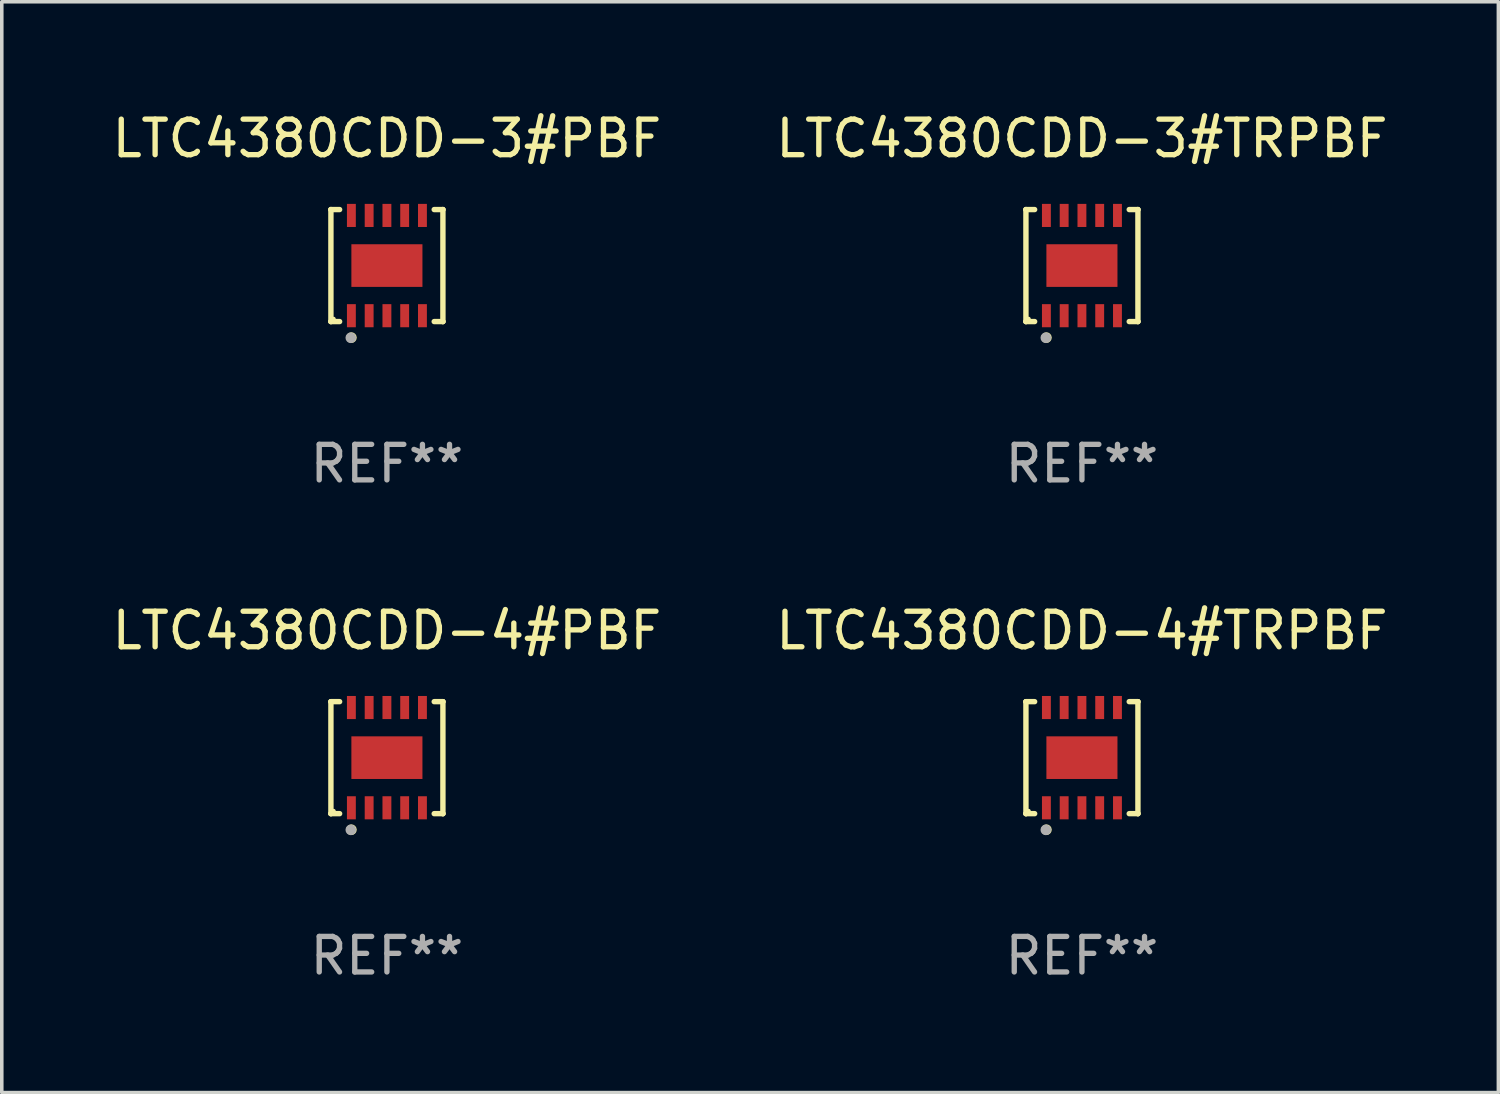
<source format=kicad_pcb>
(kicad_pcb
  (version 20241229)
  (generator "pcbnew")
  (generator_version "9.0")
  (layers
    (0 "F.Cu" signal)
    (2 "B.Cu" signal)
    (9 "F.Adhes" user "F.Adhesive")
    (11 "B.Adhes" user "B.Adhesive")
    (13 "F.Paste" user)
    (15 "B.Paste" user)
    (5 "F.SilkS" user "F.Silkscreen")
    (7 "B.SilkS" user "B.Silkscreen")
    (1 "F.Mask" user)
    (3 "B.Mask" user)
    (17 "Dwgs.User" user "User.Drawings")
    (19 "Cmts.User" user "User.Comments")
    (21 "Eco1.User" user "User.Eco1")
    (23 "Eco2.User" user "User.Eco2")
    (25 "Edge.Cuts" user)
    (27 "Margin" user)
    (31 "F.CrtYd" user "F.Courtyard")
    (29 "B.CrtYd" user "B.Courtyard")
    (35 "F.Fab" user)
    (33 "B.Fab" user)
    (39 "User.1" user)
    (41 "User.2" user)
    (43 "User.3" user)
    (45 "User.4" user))
  (footprint "LTC4380CDD-3#PBF"
    (layer "F.Cu")
    (at 7.839 4.424)
    (property "Reference" "LTC4380CDD-3#PBF" (at 0 -3.576 0) (layer "F.SilkS") (effects (font (size 1 1) (thickness 0.15))))
    (attr through_hole)
    (fp_line (start -1.576 -1.576) (end -1.576 -1.576) (stroke (width 0.152) (type solid)) (layer "F.SilkS"))
    (fp_line (start -1.576 -1.576) (end -1.331 -1.576) (stroke (width 0.152) (type solid)) (layer "F.SilkS"))
    (fp_line (start -1.576 1.576) (end -1.576 -1.576) (stroke (width 0.152) (type solid)) (layer "F.SilkS"))
    (fp_line (start -1.576 1.576) (end -1.576 1.576) (stroke (width 0.152) (type solid)) (layer "F.SilkS"))
    (fp_line (start -1.331 1.576) (end -1.576 1.576) (stroke (width 0.152) (type solid)) (layer "F.SilkS"))
    (fp_line (start 1.331 1.576) (end 1.576 1.576) (stroke (width 0.152) (type solid)) (layer "F.SilkS"))
    (fp_line (start 1.576 -1.576) (end 1.331 -1.576) (stroke (width 0.152) (type solid)) (layer "F.SilkS"))
    (fp_line (start 1.576 -1.576) (end 1.576 -1.576) (stroke (width 0.152) (type solid)) (layer "F.SilkS"))
    (fp_line (start 1.576 1.576) (end 1.576 -1.576) (stroke (width 0.152) (type solid)) (layer "F.SilkS"))
    (fp_line (start 1.576 1.576) (end 1.576 1.576) (stroke (width 0.152) (type solid)) (layer "F.SilkS"))
    (fp_circle (center -1.5 1.5) (end -1.47 1.5) (stroke (width 0.06) (type solid)) (fill no) (layer "F.SilkS"))
    (fp_circle (center -1 2.028) (end -0.925 2.028) (stroke (width 0.15) (type solid)) (fill no) (layer "F.SilkS"))
    (fp_circle (center -1.016 2.032) (end -0.941 2.032) (stroke (width 0.15) (type solid)) (fill no) (layer "F.Fab"))
    (fp_text user "REF**" (at 0 5.576 0) (layer "F.Fab") (effects (font (size 1 1) (thickness 0.15))))
    (pad "1" smd rect (at -1 1.411) (size 0.25 0.65) (layers "F.Cu" "F.Mask" "F.Paste"))
    (pad "2" smd rect (at -0.5 1.411) (size 0.25 0.65) (layers "F.Cu" "F.Mask" "F.Paste"))
    (pad "3" smd rect (at 0 1.411) (size 0.25 0.65) (layers "F.Cu" "F.Mask" "F.Paste"))
    (pad "4" smd rect (at 0.5 1.411) (size 0.25 0.65) (layers "F.Cu" "F.Mask" "F.Paste"))
    (pad "5" smd rect (at 1 1.411) (size 0.25 0.65) (layers "F.Cu" "F.Mask" "F.Paste"))
    (pad "6" smd rect (at 1 -1.411) (size 0.25 0.65) (layers "F.Cu" "F.Mask" "F.Paste"))
    (pad "7" smd rect (at 0.5 -1.411) (size 0.25 0.65) (layers "F.Cu" "F.Mask" "F.Paste"))
    (pad "8" smd rect (at 0 -1.411) (size 0.25 0.65) (layers "F.Cu" "F.Mask" "F.Paste"))
    (pad "9" smd rect (at -0.5 -1.411) (size 0.25 0.65) (layers "F.Cu" "F.Mask" "F.Paste"))
    (pad "10" smd rect (at -1 -1.411) (size 0.25 0.65) (layers "F.Cu" "F.Mask" "F.Paste"))
    (pad "11" smd rect (at 0 0) (size 2 1.2) (layers "F.Cu" "F.Mask" "F.Paste")))
  (footprint "LTC4380CDD-4#TRPBF"
    (layer "F.Cu")
    (at 27.399 18.273)
    (property "Reference" "LTC4380CDD-4#TRPBF" (at 0 -3.576 0) (layer "F.SilkS") (effects (font (size 1 1) (thickness 0.15))))
    (attr through_hole)
    (fp_line (start -1.576 -1.576) (end -1.576 -1.576) (stroke (width 0.152) (type solid)) (layer "F.SilkS"))
    (fp_line (start -1.576 -1.576) (end -1.331 -1.576) (stroke (width 0.152) (type solid)) (layer "F.SilkS"))
    (fp_line (start -1.576 1.576) (end -1.576 -1.576) (stroke (width 0.152) (type solid)) (layer "F.SilkS"))
    (fp_line (start -1.576 1.576) (end -1.576 1.576) (stroke (width 0.152) (type solid)) (layer "F.SilkS"))
    (fp_line (start -1.331 1.576) (end -1.576 1.576) (stroke (width 0.152) (type solid)) (layer "F.SilkS"))
    (fp_line (start 1.331 1.576) (end 1.576 1.576) (stroke (width 0.152) (type solid)) (layer "F.SilkS"))
    (fp_line (start 1.576 -1.576) (end 1.331 -1.576) (stroke (width 0.152) (type solid)) (layer "F.SilkS"))
    (fp_line (start 1.576 -1.576) (end 1.576 -1.576) (stroke (width 0.152) (type solid)) (layer "F.SilkS"))
    (fp_line (start 1.576 1.576) (end 1.576 -1.576) (stroke (width 0.152) (type solid)) (layer "F.SilkS"))
    (fp_line (start 1.576 1.576) (end 1.576 1.576) (stroke (width 0.152) (type solid)) (layer "F.SilkS"))
    (fp_circle (center -1.5 1.5) (end -1.47 1.5) (stroke (width 0.06) (type solid)) (fill no) (layer "F.SilkS"))
    (fp_circle (center -1 2.028) (end -0.925 2.028) (stroke (width 0.15) (type solid)) (fill no) (layer "F.SilkS"))
    (fp_circle (center -1.016 2.032) (end -0.941 2.032) (stroke (width 0.15) (type solid)) (fill no) (layer "F.Fab"))
    (fp_text user "REF**" (at 0 5.576 0) (layer "F.Fab") (effects (font (size 1 1) (thickness 0.15))))
    (pad "1" smd rect (at -1 1.411) (size 0.25 0.65) (layers "F.Cu" "F.Mask" "F.Paste"))
    (pad "2" smd rect (at -0.5 1.411) (size 0.25 0.65) (layers "F.Cu" "F.Mask" "F.Paste"))
    (pad "3" smd rect (at 0 1.411) (size 0.25 0.65) (layers "F.Cu" "F.Mask" "F.Paste"))
    (pad "4" smd rect (at 0.5 1.411) (size 0.25 0.65) (layers "F.Cu" "F.Mask" "F.Paste"))
    (pad "5" smd rect (at 1 1.411) (size 0.25 0.65) (layers "F.Cu" "F.Mask" "F.Paste"))
    (pad "6" smd rect (at 1 -1.411) (size 0.25 0.65) (layers "F.Cu" "F.Mask" "F.Paste"))
    (pad "7" smd rect (at 0.5 -1.411) (size 0.25 0.65) (layers "F.Cu" "F.Mask" "F.Paste"))
    (pad "8" smd rect (at 0 -1.411) (size 0.25 0.65) (layers "F.Cu" "F.Mask" "F.Paste"))
    (pad "9" smd rect (at -0.5 -1.411) (size 0.25 0.65) (layers "F.Cu" "F.Mask" "F.Paste"))
    (pad "10" smd rect (at -1 -1.411) (size 0.25 0.65) (layers "F.Cu" "F.Mask" "F.Paste"))
    (pad "11" smd rect (at 0 0) (size 2 1.2) (layers "F.Cu" "F.Mask" "F.Paste")))
  (footprint "LTC4380CDD-3#TRPBF"
    (layer "F.Cu")
    (at 27.399 4.424)
    (property "Reference" "LTC4380CDD-3#TRPBF" (at 0 -3.576 0) (layer "F.SilkS") (effects (font (size 1 1) (thickness 0.15))))
    (attr through_hole)
    (fp_line (start -1.576 -1.576) (end -1.576 -1.576) (stroke (width 0.152) (type solid)) (layer "F.SilkS"))
    (fp_line (start -1.576 -1.576) (end -1.331 -1.576) (stroke (width 0.152) (type solid)) (layer "F.SilkS"))
    (fp_line (start -1.576 1.576) (end -1.576 -1.576) (stroke (width 0.152) (type solid)) (layer "F.SilkS"))
    (fp_line (start -1.576 1.576) (end -1.576 1.576) (stroke (width 0.152) (type solid)) (layer "F.SilkS"))
    (fp_line (start -1.331 1.576) (end -1.576 1.576) (stroke (width 0.152) (type solid)) (layer "F.SilkS"))
    (fp_line (start 1.331 1.576) (end 1.576 1.576) (stroke (width 0.152) (type solid)) (layer "F.SilkS"))
    (fp_line (start 1.576 -1.576) (end 1.331 -1.576) (stroke (width 0.152) (type solid)) (layer "F.SilkS"))
    (fp_line (start 1.576 -1.576) (end 1.576 -1.576) (stroke (width 0.152) (type solid)) (layer "F.SilkS"))
    (fp_line (start 1.576 1.576) (end 1.576 -1.576) (stroke (width 0.152) (type solid)) (layer "F.SilkS"))
    (fp_line (start 1.576 1.576) (end 1.576 1.576) (stroke (width 0.152) (type solid)) (layer "F.SilkS"))
    (fp_circle (center -1.5 1.5) (end -1.47 1.5) (stroke (width 0.06) (type solid)) (fill no) (layer "F.SilkS"))
    (fp_circle (center -1 2.028) (end -0.925 2.028) (stroke (width 0.15) (type solid)) (fill no) (layer "F.SilkS"))
    (fp_circle (center -1.016 2.032) (end -0.941 2.032) (stroke (width 0.15) (type solid)) (fill no) (layer "F.Fab"))
    (fp_text user "REF**" (at 0 5.576 0) (layer "F.Fab") (effects (font (size 1 1) (thickness 0.15))))
    (pad "1" smd rect (at -1 1.411) (size 0.25 0.65) (layers "F.Cu" "F.Mask" "F.Paste"))
    (pad "2" smd rect (at -0.5 1.411) (size 0.25 0.65) (layers "F.Cu" "F.Mask" "F.Paste"))
    (pad "3" smd rect (at 0 1.411) (size 0.25 0.65) (layers "F.Cu" "F.Mask" "F.Paste"))
    (pad "4" smd rect (at 0.5 1.411) (size 0.25 0.65) (layers "F.Cu" "F.Mask" "F.Paste"))
    (pad "5" smd rect (at 1 1.411) (size 0.25 0.65) (layers "F.Cu" "F.Mask" "F.Paste"))
    (pad "6" smd rect (at 1 -1.411) (size 0.25 0.65) (layers "F.Cu" "F.Mask" "F.Paste"))
    (pad "7" smd rect (at 0.5 -1.411) (size 0.25 0.65) (layers "F.Cu" "F.Mask" "F.Paste"))
    (pad "8" smd rect (at 0 -1.411) (size 0.25 0.65) (layers "F.Cu" "F.Mask" "F.Paste"))
    (pad "9" smd rect (at -0.5 -1.411) (size 0.25 0.65) (layers "F.Cu" "F.Mask" "F.Paste"))
    (pad "10" smd rect (at -1 -1.411) (size 0.25 0.65) (layers "F.Cu" "F.Mask" "F.Paste"))
    (pad "11" smd rect (at 0 0) (size 2 1.2) (layers "F.Cu" "F.Mask" "F.Paste")))
  (footprint "LTC4380CDD-4#PBF"
    (layer "F.Cu")
    (at 7.839 18.273)
    (property "Reference" "LTC4380CDD-4#PBF" (at 0 -3.576 0) (layer "F.SilkS") (effects (font (size 1 1) (thickness 0.15))))
    (attr through_hole)
    (fp_line (start -1.576 -1.576) (end -1.576 -1.576) (stroke (width 0.152) (type solid)) (layer "F.SilkS"))
    (fp_line (start -1.576 -1.576) (end -1.331 -1.576) (stroke (width 0.152) (type solid)) (layer "F.SilkS"))
    (fp_line (start -1.576 1.576) (end -1.576 -1.576) (stroke (width 0.152) (type solid)) (layer "F.SilkS"))
    (fp_line (start -1.576 1.576) (end -1.576 1.576) (stroke (width 0.152) (type solid)) (layer "F.SilkS"))
    (fp_line (start -1.331 1.576) (end -1.576 1.576) (stroke (width 0.152) (type solid)) (layer "F.SilkS"))
    (fp_line (start 1.331 1.576) (end 1.576 1.576) (stroke (width 0.152) (type solid)) (layer "F.SilkS"))
    (fp_line (start 1.576 -1.576) (end 1.331 -1.576) (stroke (width 0.152) (type solid)) (layer "F.SilkS"))
    (fp_line (start 1.576 -1.576) (end 1.576 -1.576) (stroke (width 0.152) (type solid)) (layer "F.SilkS"))
    (fp_line (start 1.576 1.576) (end 1.576 -1.576) (stroke (width 0.152) (type solid)) (layer "F.SilkS"))
    (fp_line (start 1.576 1.576) (end 1.576 1.576) (stroke (width 0.152) (type solid)) (layer "F.SilkS"))
    (fp_circle (center -1.5 1.5) (end -1.47 1.5) (stroke (width 0.06) (type solid)) (fill no) (layer "F.SilkS"))
    (fp_circle (center -1 2.028) (end -0.925 2.028) (stroke (width 0.15) (type solid)) (fill no) (layer "F.SilkS"))
    (fp_circle (center -1.016 2.032) (end -0.941 2.032) (stroke (width 0.15) (type solid)) (fill no) (layer "F.Fab"))
    (fp_text user "REF**" (at 0 5.576 0) (layer "F.Fab") (effects (font (size 1 1) (thickness 0.15))))
    (pad "1" smd rect (at -1 1.411) (size 0.25 0.65) (layers "F.Cu" "F.Mask" "F.Paste"))
    (pad "2" smd rect (at -0.5 1.411) (size 0.25 0.65) (layers "F.Cu" "F.Mask" "F.Paste"))
    (pad "3" smd rect (at 0 1.411) (size 0.25 0.65) (layers "F.Cu" "F.Mask" "F.Paste"))
    (pad "4" smd rect (at 0.5 1.411) (size 0.25 0.65) (layers "F.Cu" "F.Mask" "F.Paste"))
    (pad "5" smd rect (at 1 1.411) (size 0.25 0.65) (layers "F.Cu" "F.Mask" "F.Paste"))
    (pad "6" smd rect (at 1 -1.411) (size 0.25 0.65) (layers "F.Cu" "F.Mask" "F.Paste"))
    (pad "7" smd rect (at 0.5 -1.411) (size 0.25 0.65) (layers "F.Cu" "F.Mask" "F.Paste"))
    (pad "8" smd rect (at 0 -1.411) (size 0.25 0.65) (layers "F.Cu" "F.Mask" "F.Paste"))
    (pad "9" smd rect (at -0.5 -1.411) (size 0.25 0.65) (layers "F.Cu" "F.Mask" "F.Paste"))
    (pad "10" smd rect (at -1 -1.411) (size 0.25 0.65) (layers "F.Cu" "F.Mask" "F.Paste"))
    (pad "11" smd rect (at 0 0) (size 2 1.2) (layers "F.Cu" "F.Mask" "F.Paste")))
  (gr_rect
    (start -3 -3)
    (end 39.119 27.698)
    (stroke (width 0.1) (type default))
    (fill no)
    (layer "Edge.Cuts")))
</source>
